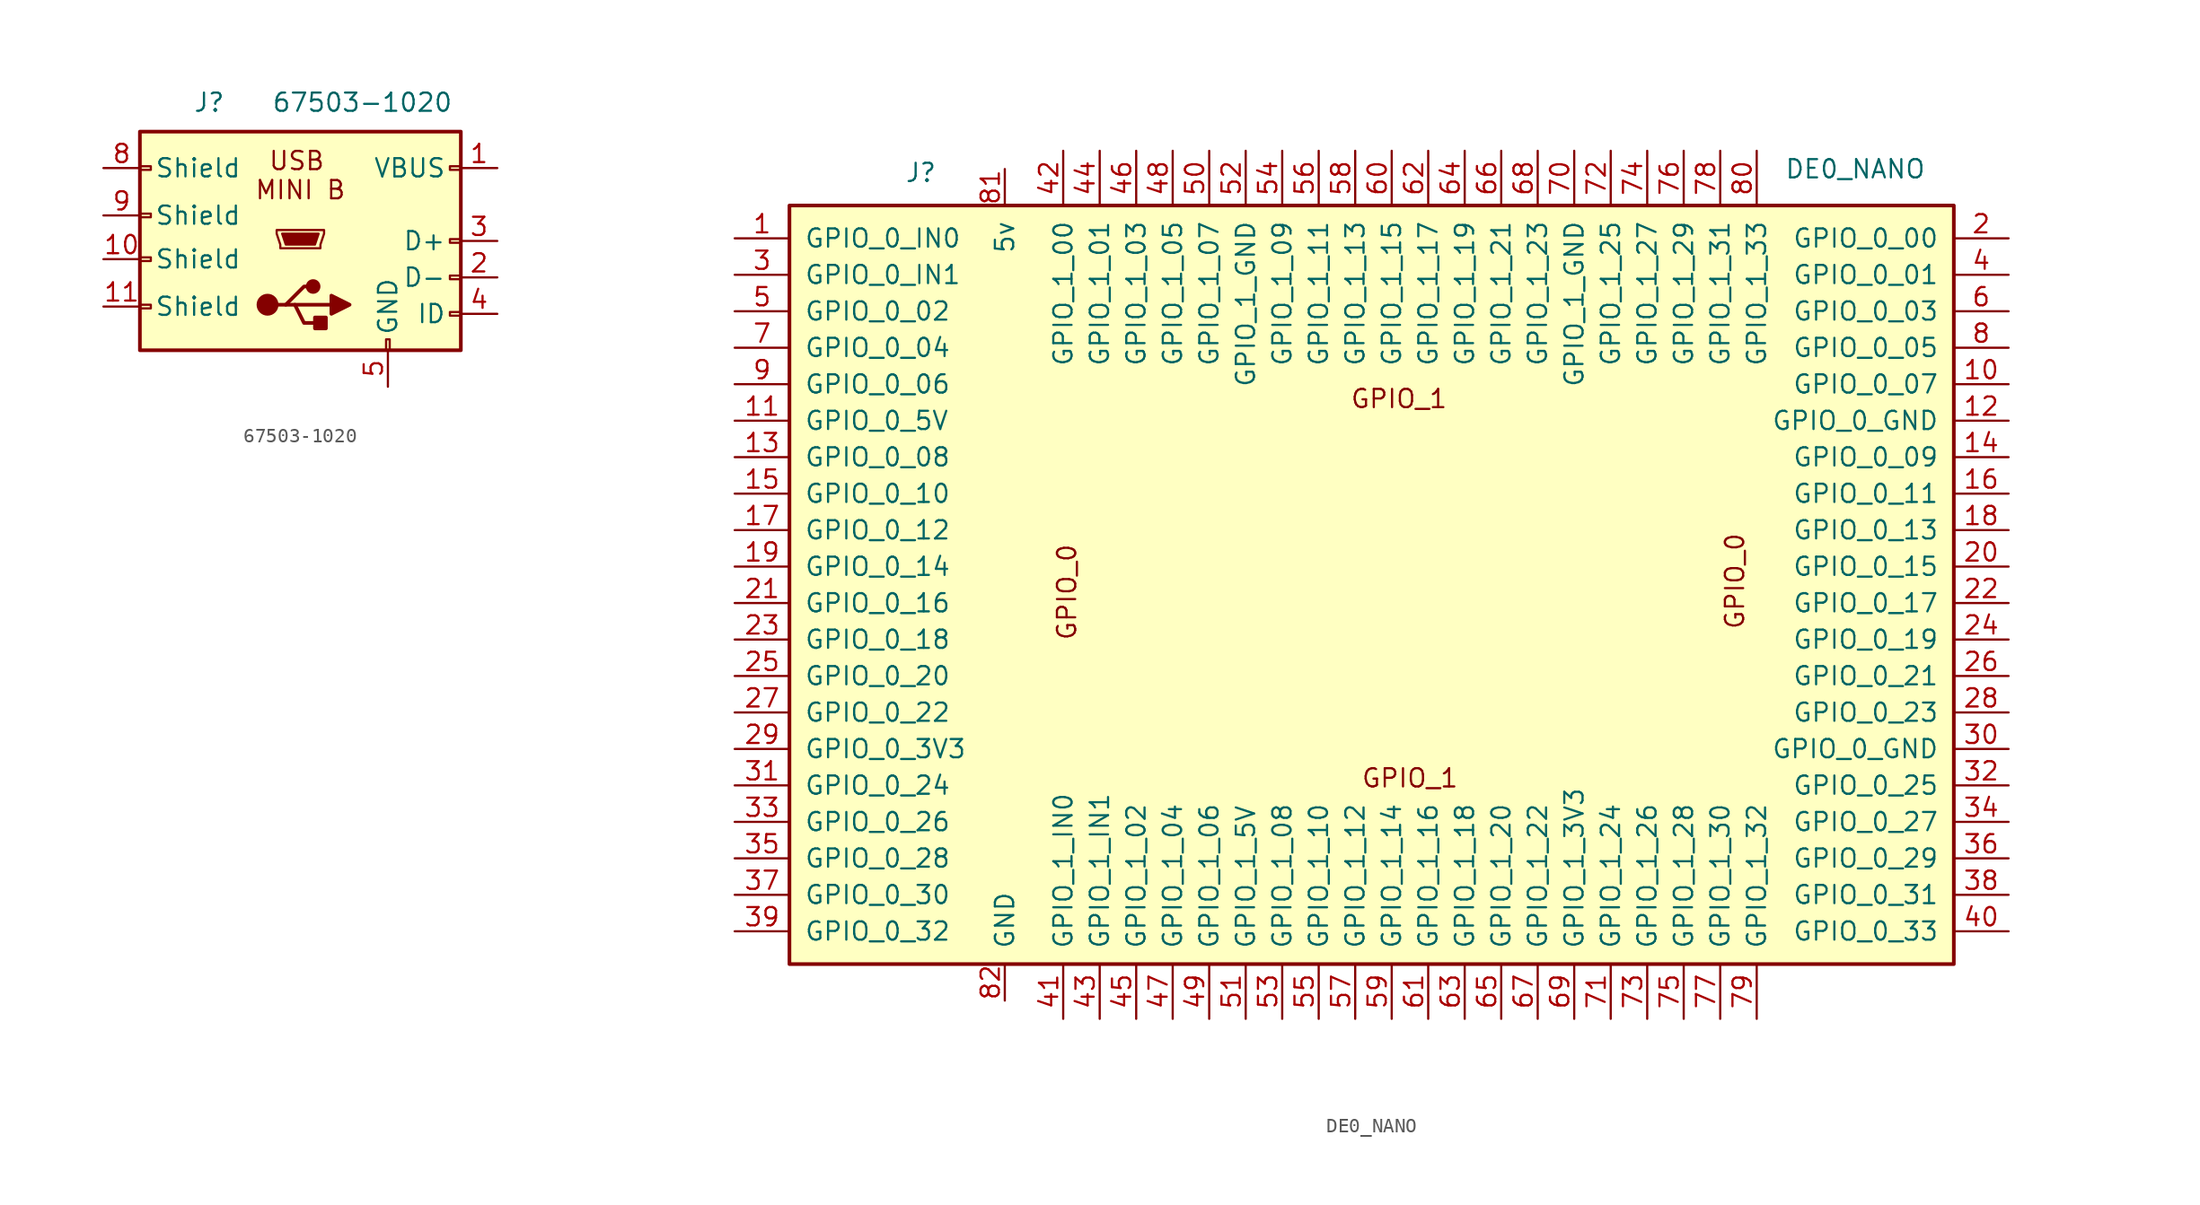
<source format=kicad_sym>
(kicad_symbol_lib
  (version 20241209)
  (generator "kicad_symbol_editor")
  (generator_version "9.0")
  (symbol "67503-1020"
    (pin_names
      (offset 1.016))
    (property "Reference" "J"
      (at -6.858 10.668 0)
      (effects (font (size 1.27 1.27))))
    (property "Value" "67503-1020"
      (at 3.81 10.668 0)
      (effects (font (size 1.27 1.27))))
    (symbol "67503-1020_0_0"
      (text "USB" (at -0.762 6.604 0) (effects (font (size 1.27 1.27))))
      (text "MINI B" (at -0.508 4.572 0) (effects (font (size 1.27 1.27)))))
    (symbol "67503-1020_1_1"
      (rectangle (start -11.684 -6.604) (end 10.668 8.636) (stroke (width 0.254) (type solid)) (fill (type background)))
      (rectangle (start -10.922 5.969) (end -11.684 6.223) (stroke (width 0) (type solid)) (fill (type none)))
      (rectangle (start -10.922 2.667) (end -11.684 2.921) (stroke (width 0) (type solid)) (fill (type none)))
      (rectangle (start -10.922 -0.381) (end -11.684 -0.127) (stroke (width 0) (type solid)) (fill (type none)))
      (rectangle (start -10.922 -3.683) (end -11.684 -3.429) (stroke (width 0) (type solid)) (fill (type none)))
      (circle (center -2.794 -3.429) (radius 0.635) (stroke (width 0.254) (type solid)) (fill (type outline)))
      (polyline (pts (xy -2.159 1.778) (xy -2.159 1.524) (xy -1.905 0.762) (xy -1.905 0.508) (xy 0.889 0.508) (xy 0.889 0.762) (xy 1.143 1.524) (xy 1.143 1.778) (xy -2.159 1.778)) (stroke (width 0) (type solid)) (fill (type none)))
      (polyline (pts (xy -2.159 -3.429) (xy -1.524 -3.429) (xy -0.254 -2.159) (xy 0.381 -2.159)) (stroke (width 0.254) (type solid)) (fill (type none)))
      (polyline (pts (xy -1.778 1.524) (xy 0.762 1.524) (xy 0.508 0.762) (xy -1.524 0.762) (xy -1.778 1.524)) (stroke (width 0) (type solid)) (fill (type outline)))
      (polyline (pts (xy -1.524 -3.429) (xy -0.889 -3.429) (xy -0.254 -4.699) (xy 1.016 -4.699)) (stroke (width 0.254) (type solid)) (fill (type none)))
      (polyline (pts (xy -0.889 -3.429) (xy 1.651 -3.429)) (stroke (width 0.254) (type solid)) (fill (type none)))
      (circle (center 0.381 -2.159) (radius 0.381) (stroke (width 0.254) (type solid)) (fill (type outline)))
      (rectangle (start 1.27 -4.318) (end 0.508 -5.08) (stroke (width 0.254) (type solid)) (fill (type outline)))
      (polyline (pts (xy 1.651 -2.794) (xy 1.651 -4.064) (xy 2.921 -3.429) (xy 1.651 -2.794)) (stroke (width 0.254) (type solid)) (fill (type outline)))
      (rectangle (start 5.461 -6.604) (end 5.715 -5.842) (stroke (width 0) (type solid)) (fill (type none)))
      (rectangle (start 10.668 5.969) (end 9.906 6.223) (stroke (width 0) (type solid)) (fill (type none)))
      (rectangle (start 10.668 0.889) (end 9.906 1.143) (stroke (width 0) (type solid)) (fill (type none)))
      (rectangle (start 10.668 -1.651) (end 9.906 -1.397) (stroke (width 0) (type solid)) (fill (type none)))
      (rectangle (start 10.668 -4.191) (end 9.906 -3.937) (stroke (width 0) (type solid)) (fill (type none)))
      (pin passive line (at -14.224 6.096 0) (length 2.54) (name "Shield" (effects (font (size 1.27 1.27)))) (number "8" (effects (font (size 1.27 1.27)))))
      (pin passive line (at -14.224 2.794 0) (length 2.54) (name "Shield" (effects (font (size 1.27 1.27)))) (number "9" (effects (font (size 1.27 1.27)))))
      (pin passive line (at -14.224 -0.254 0) (length 2.54) (name "Shield" (effects (font (size 1.27 1.27)))) (number "10" (effects (font (size 1.27 1.27)))))
      (pin passive line (at -14.224 -3.556 0) (length 2.54) (name "Shield" (effects (font (size 1.27 1.27)))) (number "11" (effects (font (size 1.27 1.27)))))
      (pin passive line (at 5.588 -9.144 90) (length 2.54) (name "GND" (effects (font (size 1.27 1.27)))) (number "5" (effects (font (size 1.27 1.27)))))
      (pin power_in line (at 13.208 6.096 180) (length 2.54) (name "VBUS" (effects (font (size 1.27 1.27)))) (number "1" (effects (font (size 1.27 1.27)))))
      (pin bidirectional line (at 13.208 1.016 180) (length 2.54) (name "D+" (effects (font (size 1.27 1.27)))) (number "3" (effects (font (size 1.27 1.27)))))
      (pin bidirectional line (at 13.208 -1.524 180) (length 2.54) (name "D-" (effects (font (size 1.27 1.27)))) (number "2" (effects (font (size 1.27 1.27)))))
      (pin passive line (at 13.208 -4.064 180) (length 2.54) (name "ID" (effects (font (size 1.27 1.27)))) (number "4" (effects (font (size 1.27 1.27)))))))
  (symbol "DE0_NANO"
    (pin_names
      (offset 1.016))
    (property "Reference" "J"
      (at -32.766 27.432 0)
      (effects (font (size 1.27 1.27))))
    (property "Value" "DE0_NANO"
      (at 32.258 27.686 0)
      (effects (font (size 1.27 1.27))))
    (symbol "DE0_NANO_0_0"
      (text "GPIO_0" (at -22.606 -1.778 900) (effects (font (size 1.27 1.27)))))
    (symbol "DE0_NANO_1_1"
      (rectangle (start -41.91 25.146) (end 39.116 -27.686) (stroke (width 0.254) (type solid)) (fill (type background)))
      (text "GPIO_1" (at 0.508 11.684 0) (effects (font (size 1.27 1.27))))
      (text "GPIO_1" (at 1.27 -14.732 0) (effects (font (size 1.27 1.27))))
      (text "GPIO_0" (at 23.876 -1.016 900) (effects (font (size 1.27 1.27))))
      (pin passive line (at -45.72 22.86 0) (length 3.81) (name "GPIO_0_IN0" (effects (font (size 1.27 1.27)))) (number "1" (effects (font (size 1.27 1.27)))))
      (pin passive line (at -45.72 20.32 0) (length 3.81) (name "GPIO_0_IN1" (effects (font (size 1.27 1.27)))) (number "3" (effects (font (size 1.27 1.27)))))
      (pin passive line (at -45.72 17.78 0) (length 3.81) (name "GPIO_0_02" (effects (font (size 1.27 1.27)))) (number "5" (effects (font (size 1.27 1.27)))))
      (pin passive line (at -45.72 15.24 0) (length 3.81) (name "GPIO_0_04" (effects (font (size 1.27 1.27)))) (number "7" (effects (font (size 1.27 1.27)))))
      (pin passive line (at -45.72 12.7 0) (length 3.81) (name "GPIO_0_06" (effects (font (size 1.27 1.27)))) (number "9" (effects (font (size 1.27 1.27)))))
      (pin passive line (at -45.72 10.16 0) (length 3.81) (name "GPIO_0_5V" (effects (font (size 1.27 1.27)))) (number "11" (effects (font (size 1.27 1.27)))))
      (pin passive line (at -45.72 7.62 0) (length 3.81) (name "GPIO_0_08" (effects (font (size 1.27 1.27)))) (number "13" (effects (font (size 1.27 1.27)))))
      (pin passive line (at -45.72 5.08 0) (length 3.81) (name "GPIO_0_10" (effects (font (size 1.27 1.27)))) (number "15" (effects (font (size 1.27 1.27)))))
      (pin passive line (at -45.72 2.54 0) (length 3.81) (name "GPIO_0_12" (effects (font (size 1.27 1.27)))) (number "17" (effects (font (size 1.27 1.27)))))
      (pin passive line (at -45.72 0 0) (length 3.81) (name "GPIO_0_14" (effects (font (size 1.27 1.27)))) (number "19" (effects (font (size 1.27 1.27)))))
      (pin passive line (at -45.72 -2.54 0) (length 3.81) (name "GPIO_0_16" (effects (font (size 1.27 1.27)))) (number "21" (effects (font (size 1.27 1.27)))))
      (pin passive line (at -45.72 -5.08 0) (length 3.81) (name "GPIO_0_18" (effects (font (size 1.27 1.27)))) (number "23" (effects (font (size 1.27 1.27)))))
      (pin passive line (at -45.72 -7.62 0) (length 3.81) (name "GPIO_0_20" (effects (font (size 1.27 1.27)))) (number "25" (effects (font (size 1.27 1.27)))))
      (pin passive line (at -45.72 -10.16 0) (length 3.81) (name "GPIO_0_22" (effects (font (size 1.27 1.27)))) (number "27" (effects (font (size 1.27 1.27)))))
      (pin passive line (at -45.72 -12.7 0) (length 3.81) (name "GPIO_0_3V3" (effects (font (size 1.27 1.27)))) (number "29" (effects (font (size 1.27 1.27)))))
      (pin passive line (at -45.72 -15.24 0) (length 3.81) (name "GPIO_0_24" (effects (font (size 1.27 1.27)))) (number "31" (effects (font (size 1.27 1.27)))))
      (pin passive line (at -45.72 -17.78 0) (length 3.81) (name "GPIO_0_26" (effects (font (size 1.27 1.27)))) (number "33" (effects (font (size 1.27 1.27)))))
      (pin passive line (at -45.72 -20.32 0) (length 3.81) (name "GPIO_0_28" (effects (font (size 1.27 1.27)))) (number "35" (effects (font (size 1.27 1.27)))))
      (pin passive line (at -45.72 -22.86 0) (length 3.81) (name "GPIO_0_30" (effects (font (size 1.27 1.27)))) (number "37" (effects (font (size 1.27 1.27)))))
      (pin passive line (at -45.72 -25.4 0) (length 3.81) (name "GPIO_0_32" (effects (font (size 1.27 1.27)))) (number "39" (effects (font (size 1.27 1.27)))))
      (pin power_in line (at -26.924 27.686 270) (length 2.54) (name "5v" (effects (font (size 1.27 1.27)))) (number "81" (effects (font (size 1.27 1.27)))))
      (pin power_in line (at -26.924 -30.226 90) (length 2.54) (name "GND" (effects (font (size 1.27 1.27)))) (number "82" (effects (font (size 1.27 1.27)))))
      (pin passive line (at -22.86 28.956 270) (length 3.81) (name "GPIO_1_00" (effects (font (size 1.27 1.27)))) (number "42" (effects (font (size 1.27 1.27)))))
      (pin passive line (at -22.86 -31.496 90) (length 3.81) (name "GPIO_1_IN0" (effects (font (size 1.27 1.27)))) (number "41" (effects (font (size 1.27 1.27)))))
      (pin passive line (at -20.32 28.956 270) (length 3.81) (name "GPIO_1_01" (effects (font (size 1.27 1.27)))) (number "44" (effects (font (size 1.27 1.27)))))
      (pin passive line (at -20.32 -31.496 90) (length 3.81) (name "GPIO_1_IN1" (effects (font (size 1.27 1.27)))) (number "43" (effects (font (size 1.27 1.27)))))
      (pin passive line (at -17.78 28.956 270) (length 3.81) (name "GPIO_1_03" (effects (font (size 1.27 1.27)))) (number "46" (effects (font (size 1.27 1.27)))))
      (pin passive line (at -17.78 -31.496 90) (length 3.81) (name "GPIO_1_02" (effects (font (size 1.27 1.27)))) (number "45" (effects (font (size 1.27 1.27)))))
      (pin passive line (at -15.24 28.956 270) (length 3.81) (name "GPIO_1_05" (effects (font (size 1.27 1.27)))) (number "48" (effects (font (size 1.27 1.27)))))
      (pin passive line (at -15.24 -31.496 90) (length 3.81) (name "GPIO_1_04" (effects (font (size 1.27 1.27)))) (number "47" (effects (font (size 1.27 1.27)))))
      (pin passive line (at -12.7 28.956 270) (length 3.81) (name "GPIO_1_07" (effects (font (size 1.27 1.27)))) (number "50" (effects (font (size 1.27 1.27)))))
      (pin passive line (at -12.7 -31.496 90) (length 3.81) (name "GPIO_1_06" (effects (font (size 1.27 1.27)))) (number "49" (effects (font (size 1.27 1.27)))))
      (pin passive line (at -10.16 28.956 270) (length 3.81) (name "GPIO_1_GND" (effects (font (size 1.27 1.27)))) (number "52" (effects (font (size 1.27 1.27)))))
      (pin passive line (at -10.16 -31.496 90) (length 3.81) (name "GPIO_1_5V" (effects (font (size 1.27 1.27)))) (number "51" (effects (font (size 1.27 1.27)))))
      (pin passive line (at -7.62 28.956 270) (length 3.81) (name "GPIO_1_09" (effects (font (size 1.27 1.27)))) (number "54" (effects (font (size 1.27 1.27)))))
      (pin passive line (at -7.62 -31.496 90) (length 3.81) (name "GPIO_1_08" (effects (font (size 1.27 1.27)))) (number "53" (effects (font (size 1.27 1.27)))))
      (pin passive line (at -5.08 28.956 270) (length 3.81) (name "GPIO_1_11" (effects (font (size 1.27 1.27)))) (number "56" (effects (font (size 1.27 1.27)))))
      (pin passive line (at -5.08 -31.496 90) (length 3.81) (name "GPIO_1_10" (effects (font (size 1.27 1.27)))) (number "55" (effects (font (size 1.27 1.27)))))
      (pin passive line (at -2.54 28.956 270) (length 3.81) (name "GPIO_1_13" (effects (font (size 1.27 1.27)))) (number "58" (effects (font (size 1.27 1.27)))))
      (pin passive line (at -2.54 -31.496 90) (length 3.81) (name "GPIO_1_12" (effects (font (size 1.27 1.27)))) (number "57" (effects (font (size 1.27 1.27)))))
      (pin passive line (at 0 28.956 270) (length 3.81) (name "GPIO_1_15" (effects (font (size 1.27 1.27)))) (number "60" (effects (font (size 1.27 1.27)))))
      (pin passive line (at 0 -31.496 90) (length 3.81) (name "GPIO_1_14" (effects (font (size 1.27 1.27)))) (number "59" (effects (font (size 1.27 1.27)))))
      (pin passive line (at 2.54 28.956 270) (length 3.81) (name "GPIO_1_17" (effects (font (size 1.27 1.27)))) (number "62" (effects (font (size 1.27 1.27)))))
      (pin passive line (at 2.54 -31.496 90) (length 3.81) (name "GPIO_1_16" (effects (font (size 1.27 1.27)))) (number "61" (effects (font (size 1.27 1.27)))))
      (pin passive line (at 5.08 28.956 270) (length 3.81) (name "GPIO_1_19" (effects (font (size 1.27 1.27)))) (number "64" (effects (font (size 1.27 1.27)))))
      (pin passive line (at 5.08 -31.496 90) (length 3.81) (name "GPIO_1_18" (effects (font (size 1.27 1.27)))) (number "63" (effects (font (size 1.27 1.27)))))
      (pin passive line (at 7.62 28.956 270) (length 3.81) (name "GPIO_1_21" (effects (font (size 1.27 1.27)))) (number "66" (effects (font (size 1.27 1.27)))))
      (pin passive line (at 7.62 -31.496 90) (length 3.81) (name "GPIO_1_20" (effects (font (size 1.27 1.27)))) (number "65" (effects (font (size 1.27 1.27)))))
      (pin passive line (at 10.16 28.956 270) (length 3.81) (name "GPIO_1_23" (effects (font (size 1.27 1.27)))) (number "68" (effects (font (size 1.27 1.27)))))
      (pin passive line (at 10.16 -31.496 90) (length 3.81) (name "GPIO_1_22" (effects (font (size 1.27 1.27)))) (number "67" (effects (font (size 1.27 1.27)))))
      (pin passive line (at 12.7 28.956 270) (length 3.81) (name "GPIO_1_GND" (effects (font (size 1.27 1.27)))) (number "70" (effects (font (size 1.27 1.27)))))
      (pin passive line (at 12.7 -31.496 90) (length 3.81) (name "GPIO_1_3V3" (effects (font (size 1.27 1.27)))) (number "69" (effects (font (size 1.27 1.27)))))
      (pin passive line (at 15.24 28.956 270) (length 3.81) (name "GPIO_1_25" (effects (font (size 1.27 1.27)))) (number "72" (effects (font (size 1.27 1.27)))))
      (pin passive line (at 15.24 -31.496 90) (length 3.81) (name "GPIO_1_24" (effects (font (size 1.27 1.27)))) (number "71" (effects (font (size 1.27 1.27)))))
      (pin passive line (at 17.78 28.956 270) (length 3.81) (name "GPIO_1_27" (effects (font (size 1.27 1.27)))) (number "74" (effects (font (size 1.27 1.27)))))
      (pin passive line (at 17.78 -31.496 90) (length 3.81) (name "GPIO_1_26" (effects (font (size 1.27 1.27)))) (number "73" (effects (font (size 1.27 1.27)))))
      (pin passive line (at 20.32 28.956 270) (length 3.81) (name "GPIO_1_29" (effects (font (size 1.27 1.27)))) (number "76" (effects (font (size 1.27 1.27)))))
      (pin passive line (at 20.32 -31.496 90) (length 3.81) (name "GPIO_1_28" (effects (font (size 1.27 1.27)))) (number "75" (effects (font (size 1.27 1.27)))))
      (pin passive line (at 22.86 28.956 270) (length 3.81) (name "GPIO_1_31" (effects (font (size 1.27 1.27)))) (number "78" (effects (font (size 1.27 1.27)))))
      (pin passive line (at 22.86 -31.496 90) (length 3.81) (name "GPIO_1_30" (effects (font (size 1.27 1.27)))) (number "77" (effects (font (size 1.27 1.27)))))
      (pin passive line (at 25.4 28.956 270) (length 3.81) (name "GPIO_1_33" (effects (font (size 1.27 1.27)))) (number "80" (effects (font (size 1.27 1.27)))))
      (pin passive line (at 25.4 -31.496 90) (length 3.81) (name "GPIO_1_32" (effects (font (size 1.27 1.27)))) (number "79" (effects (font (size 1.27 1.27)))))
      (pin passive line (at 42.926 22.86 180) (length 3.81) (name "GPIO_0_00" (effects (font (size 1.27 1.27)))) (number "2" (effects (font (size 1.27 1.27)))))
      (pin passive line (at 42.926 20.32 180) (length 3.81) (name "GPIO_0_01" (effects (font (size 1.27 1.27)))) (number "4" (effects (font (size 1.27 1.27)))))
      (pin passive line (at 42.926 17.78 180) (length 3.81) (name "GPIO_0_03" (effects (font (size 1.27 1.27)))) (number "6" (effects (font (size 1.27 1.27)))))
      (pin passive line (at 42.926 15.24 180) (length 3.81) (name "GPIO_0_05" (effects (font (size 1.27 1.27)))) (number "8" (effects (font (size 1.27 1.27)))))
      (pin passive line (at 42.926 12.7 180) (length 3.81) (name "GPIO_0_07" (effects (font (size 1.27 1.27)))) (number "10" (effects (font (size 1.27 1.27)))))
      (pin passive line (at 42.926 10.16 180) (length 3.81) (name "GPIO_0_GND" (effects (font (size 1.27 1.27)))) (number "12" (effects (font (size 1.27 1.27)))))
      (pin passive line (at 42.926 7.62 180) (length 3.81) (name "GPIO_0_09" (effects (font (size 1.27 1.27)))) (number "14" (effects (font (size 1.27 1.27)))))
      (pin passive line (at 42.926 5.08 180) (length 3.81) (name "GPIO_0_11" (effects (font (size 1.27 1.27)))) (number "16" (effects (font (size 1.27 1.27)))))
      (pin passive line (at 42.926 2.54 180) (length 3.81) (name "GPIO_0_13" (effects (font (size 1.27 1.27)))) (number "18" (effects (font (size 1.27 1.27)))))
      (pin passive line (at 42.926 0 180) (length 3.81) (name "GPIO_0_15" (effects (font (size 1.27 1.27)))) (number "20" (effects (font (size 1.27 1.27)))))
      (pin passive line (at 42.926 -2.54 180) (length 3.81) (name "GPIO_0_17" (effects (font (size 1.27 1.27)))) (number "22" (effects (font (size 1.27 1.27)))))
      (pin passive line (at 42.926 -5.08 180) (length 3.81) (name "GPIO_0_19" (effects (font (size 1.27 1.27)))) (number "24" (effects (font (size 1.27 1.27)))))
      (pin passive line (at 42.926 -7.62 180) (length 3.81) (name "GPIO_0_21" (effects (font (size 1.27 1.27)))) (number "26" (effects (font (size 1.27 1.27)))))
      (pin passive line (at 42.926 -10.16 180) (length 3.81) (name "GPIO_0_23" (effects (font (size 1.27 1.27)))) (number "28" (effects (font (size 1.27 1.27)))))
      (pin passive line (at 42.926 -12.7 180) (length 3.81) (name "GPIO_0_GND" (effects (font (size 1.27 1.27)))) (number "30" (effects (font (size 1.27 1.27)))))
      (pin passive line (at 42.926 -15.24 180) (length 3.81) (name "GPIO_0_25" (effects (font (size 1.27 1.27)))) (number "32" (effects (font (size 1.27 1.27)))))
      (pin passive line (at 42.926 -17.78 180) (length 3.81) (name "GPIO_0_27" (effects (font (size 1.27 1.27)))) (number "34" (effects (font (size 1.27 1.27)))))
      (pin passive line (at 42.926 -20.32 180) (length 3.81) (name "GPIO_0_29" (effects (font (size 1.27 1.27)))) (number "36" (effects (font (size 1.27 1.27)))))
      (pin passive line (at 42.926 -22.86 180) (length 3.81) (name "GPIO_0_31" (effects (font (size 1.27 1.27)))) (number "38" (effects (font (size 1.27 1.27)))))
      (pin passive line (at 42.926 -25.4 180) (length 3.81) (name "GPIO_0_33" (effects (font (size 1.27 1.27)))) (number "40" (effects (font (size 1.27 1.27))))))))
</source>
